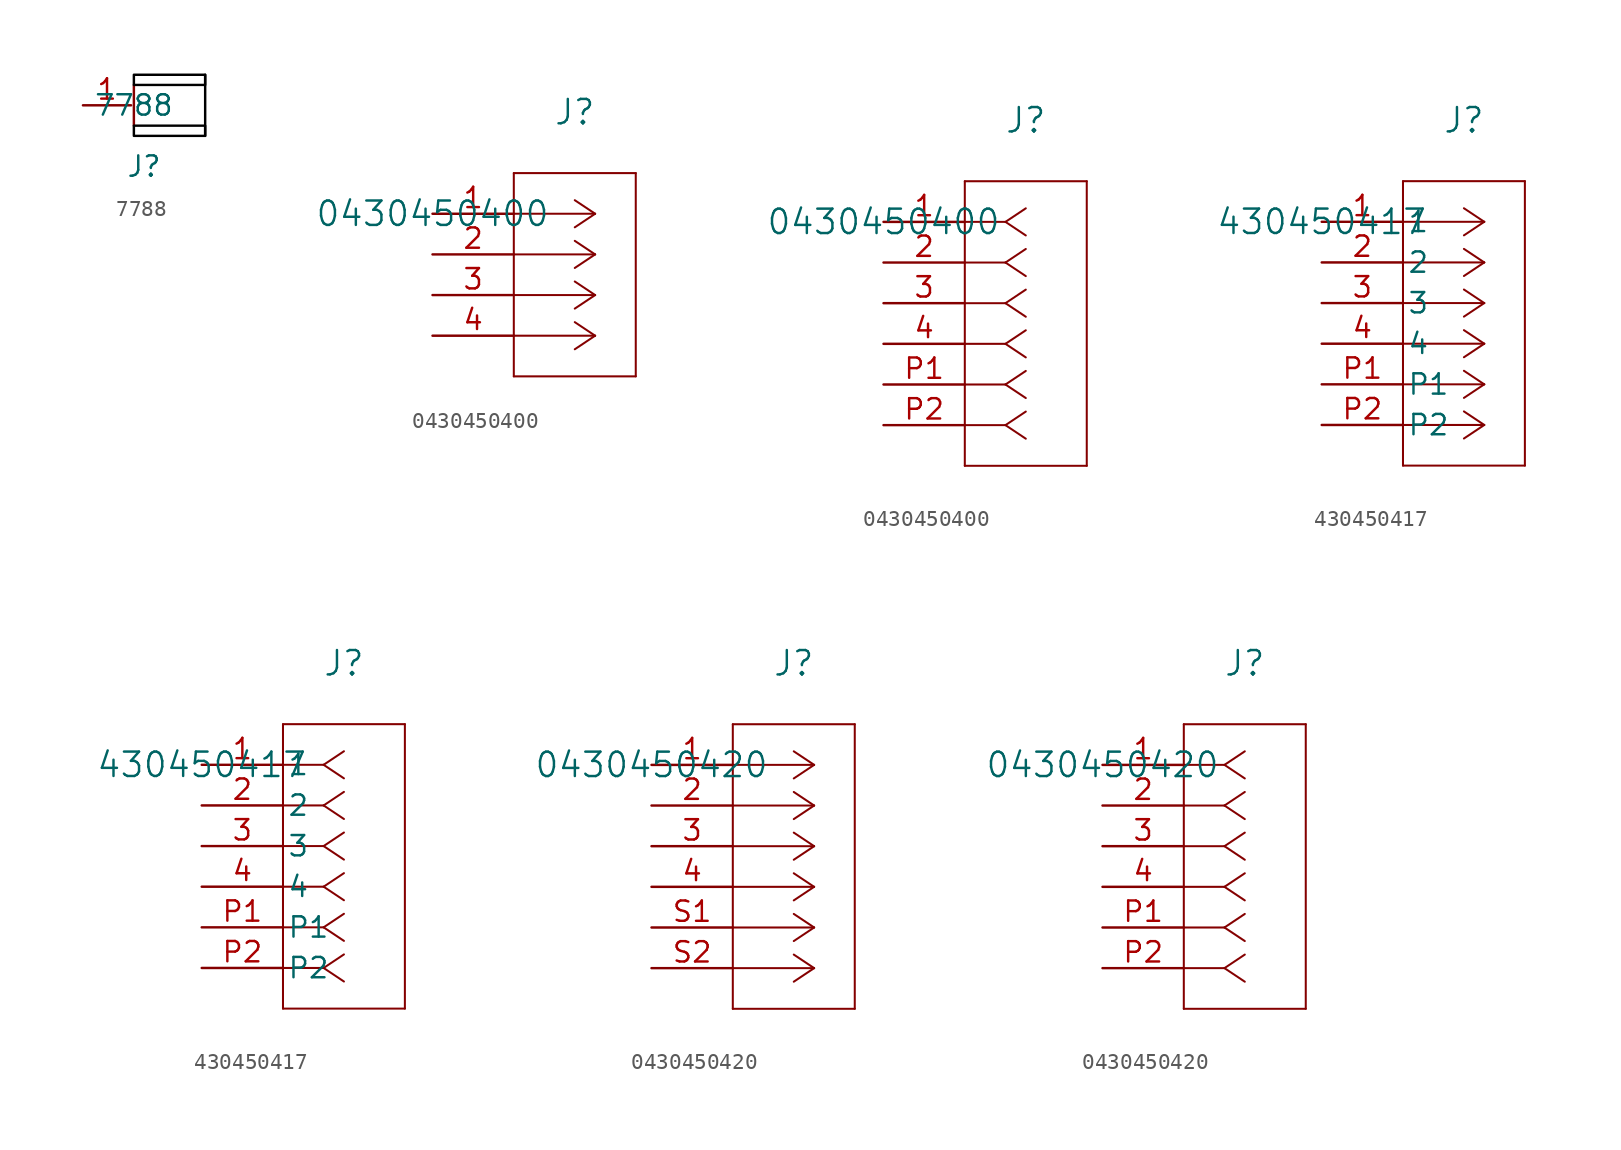
<source format=kicad_sym>
(kicad_symbol_lib
  (version 20220914)
  (generator kicad_symbol_editor)
  (symbol "7788"
    (pin_names hide)
    (property "Reference" "J"
      (at 0.635 -3.81 0)
      (effects (font (size 1.27 1.27))))
    (property "Value" "7788"
      (at 0 0 0)
      (effects (font (size 1.27 1.27))))
    (symbol "7788_0_1"
      (polyline (pts (xy 0 -1.27) (xy 0 1.27)) (stroke (width 0) (type default)) (fill (type none))))
    (symbol "7788_1_1"
      (polyline (pts (xy 4.445 1.905) (xy 4.445 -1.905)) (stroke (width 0) (type default) (color 0 0 0 1)) (fill (type none)))
      (polyline (pts (xy 0 -1.27) (xy 0 -1.905) (xy 4.445 -1.905) (xy 4.445 -1.27) (xy 0 -1.27)) (stroke (width 0) (type default) (color 0 0 0 1)) (fill (type none)))
      (polyline (pts (xy 0 1.905) (xy 0 1.27) (xy 4.445 1.27) (xy 4.445 1.905) (xy 0 1.905)) (stroke (width 0) (type default) (color 0 0 0 1)) (fill (type none)))
      (pin passive line (at -3.175 0 0) (length 3) (name "1-4" (effects (font (size 1.27 1.27)))) (number "1" (effects (font (size 1.27 1.27)))))))
  (symbol "0430450400"
    (pin_names
      (offset 0.254) hide)
    (property "Reference" "J"
      (at 8.89 6.35 0)
      (effects (font (size 1.524 1.524))))
    (property "Value" "0430450400"
      (at 0 0 0)
      (effects (font (size 1.524 1.524))))
    (symbol "0430450400_1_1"
      (polyline (pts (xy 5.08 -10.16) (xy 12.7 -10.16)) (stroke (width 0.127) (type default)) (fill (type none)))
      (polyline (pts (xy 5.08 2.54) (xy 5.08 -10.16)) (stroke (width 0.127) (type default)) (fill (type none)))
      (polyline (pts (xy 10.16 -7.62) (xy 5.08 -7.62)) (stroke (width 0.127) (type default)) (fill (type none)))
      (polyline (pts (xy 10.16 -7.62) (xy 8.89 -8.467)) (stroke (width 0.127) (type default)) (fill (type none)))
      (polyline (pts (xy 10.16 -7.62) (xy 8.89 -6.773)) (stroke (width 0.127) (type default)) (fill (type none)))
      (polyline (pts (xy 10.16 -5.08) (xy 5.08 -5.08)) (stroke (width 0.127) (type default)) (fill (type none)))
      (polyline (pts (xy 10.16 -5.08) (xy 8.89 -5.927)) (stroke (width 0.127) (type default)) (fill (type none)))
      (polyline (pts (xy 10.16 -5.08) (xy 8.89 -4.233)) (stroke (width 0.127) (type default)) (fill (type none)))
      (polyline (pts (xy 10.16 -2.54) (xy 5.08 -2.54)) (stroke (width 0.127) (type default)) (fill (type none)))
      (polyline (pts (xy 10.16 -2.54) (xy 8.89 -3.387)) (stroke (width 0.127) (type default)) (fill (type none)))
      (polyline (pts (xy 10.16 -2.54) (xy 8.89 -1.693)) (stroke (width 0.127) (type default)) (fill (type none)))
      (polyline (pts (xy 10.16 0) (xy 5.08 0)) (stroke (width 0.127) (type default)) (fill (type none)))
      (polyline (pts (xy 10.16 0) (xy 8.89 -0.847)) (stroke (width 0.127) (type default)) (fill (type none)))
      (polyline (pts (xy 10.16 0) (xy 8.89 0.847)) (stroke (width 0.127) (type default)) (fill (type none)))
      (polyline (pts (xy 12.7 -10.16) (xy 12.7 2.54)) (stroke (width 0.127) (type default)) (fill (type none)))
      (polyline (pts (xy 12.7 2.54) (xy 5.08 2.54)) (stroke (width 0.127) (type default)) (fill (type none)))
      (pin unspecified line (at 0 0 0) (length 5.08) (name "1" (effects (font (size 1.27 1.27)))) (number "1" (effects (font (size 1.27 1.27)))))
      (pin unspecified line (at 0 -2.54 0) (length 5.08) (name "2" (effects (font (size 1.27 1.27)))) (number "2" (effects (font (size 1.27 1.27)))))
      (pin unspecified line (at 0 -5.08 0) (length 5.08) (name "3" (effects (font (size 1.27 1.27)))) (number "3" (effects (font (size 1.27 1.27)))))
      (pin unspecified line (at 0 -7.62 0) (length 5.08) (name "4" (effects (font (size 1.27 1.27)))) (number "4" (effects (font (size 1.27 1.27))))))
    (symbol "0430450400_1_2"
      (polyline (pts (xy 5.08 -15.24) (xy 12.7 -15.24)) (stroke (width 0.127) (type default)) (fill (type none)))
      (polyline (pts (xy 5.08 2.54) (xy 5.08 -15.24)) (stroke (width 0.127) (type default)) (fill (type none)))
      (polyline (pts (xy 7.62 -12.7) (xy 5.08 -12.7)) (stroke (width 0.127) (type default)) (fill (type none)))
      (polyline (pts (xy 7.62 -12.7) (xy 8.89 -13.547)) (stroke (width 0.127) (type default)) (fill (type none)))
      (polyline (pts (xy 7.62 -12.7) (xy 8.89 -11.853)) (stroke (width 0.127) (type default)) (fill (type none)))
      (polyline (pts (xy 7.62 -10.16) (xy 5.08 -10.16)) (stroke (width 0.127) (type default)) (fill (type none)))
      (polyline (pts (xy 7.62 -10.16) (xy 8.89 -11.007)) (stroke (width 0.127) (type default)) (fill (type none)))
      (polyline (pts (xy 7.62 -10.16) (xy 8.89 -9.313)) (stroke (width 0.127) (type default)) (fill (type none)))
      (polyline (pts (xy 7.62 -7.62) (xy 5.08 -7.62)) (stroke (width 0.127) (type default)) (fill (type none)))
      (polyline (pts (xy 7.62 -7.62) (xy 8.89 -8.467)) (stroke (width 0.127) (type default)) (fill (type none)))
      (polyline (pts (xy 7.62 -7.62) (xy 8.89 -6.773)) (stroke (width 0.127) (type default)) (fill (type none)))
      (polyline (pts (xy 7.62 -5.08) (xy 5.08 -5.08)) (stroke (width 0.127) (type default)) (fill (type none)))
      (polyline (pts (xy 7.62 -5.08) (xy 8.89 -5.927)) (stroke (width 0.127) (type default)) (fill (type none)))
      (polyline (pts (xy 7.62 -5.08) (xy 8.89 -4.233)) (stroke (width 0.127) (type default)) (fill (type none)))
      (polyline (pts (xy 7.62 -2.54) (xy 5.08 -2.54)) (stroke (width 0.127) (type default)) (fill (type none)))
      (polyline (pts (xy 7.62 -2.54) (xy 8.89 -3.387)) (stroke (width 0.127) (type default)) (fill (type none)))
      (polyline (pts (xy 7.62 -2.54) (xy 8.89 -1.693)) (stroke (width 0.127) (type default)) (fill (type none)))
      (polyline (pts (xy 7.62 0) (xy 5.08 0)) (stroke (width 0.127) (type default)) (fill (type none)))
      (polyline (pts (xy 7.62 0) (xy 8.89 -0.847)) (stroke (width 0.127) (type default)) (fill (type none)))
      (polyline (pts (xy 7.62 0) (xy 8.89 0.847)) (stroke (width 0.127) (type default)) (fill (type none)))
      (polyline (pts (xy 12.7 -15.24) (xy 12.7 2.54)) (stroke (width 0.127) (type default)) (fill (type none)))
      (polyline (pts (xy 12.7 2.54) (xy 5.08 2.54)) (stroke (width 0.127) (type default)) (fill (type none)))
      (pin unspecified line (at 0 0 0) (length 5.08) (name "1" (effects (font (size 1.27 1.27)))) (number "1" (effects (font (size 1.27 1.27)))))
      (pin unspecified line (at 0 -2.54 0) (length 5.08) (name "2" (effects (font (size 1.27 1.27)))) (number "2" (effects (font (size 1.27 1.27)))))
      (pin unspecified line (at 0 -5.08 0) (length 5.08) (name "3" (effects (font (size 1.27 1.27)))) (number "3" (effects (font (size 1.27 1.27)))))
      (pin unspecified line (at 0 -7.62 0) (length 5.08) (name "4" (effects (font (size 1.27 1.27)))) (number "4" (effects (font (size 1.27 1.27)))))
      (pin unspecified line (at 0 -10.16 0) (length 5.08) (name "P1" (effects (font (size 1.27 1.27)))) (number "P1" (effects (font (size 1.27 1.27)))))
      (pin unspecified line (at 0 -12.7 0) (length 5.08) (name "P2" (effects (font (size 1.27 1.27)))) (number "P2" (effects (font (size 1.27 1.27)))))))
  (symbol "430450417"
    (pin_names
      (offset 0.254))
    (property "Reference" "J"
      (at 8.89 6.35 0)
      (effects (font (size 1.524 1.524))))
    (property "Value" "430450417"
      (at 0 0 0)
      (effects (font (size 1.524 1.524))))
    (symbol "430450417_1_1"
      (polyline (pts (xy 5.08 -15.24) (xy 12.7 -15.24)) (stroke (width 0.127) (type default)) (fill (type none)))
      (polyline (pts (xy 5.08 2.54) (xy 5.08 -15.24)) (stroke (width 0.127) (type default)) (fill (type none)))
      (polyline (pts (xy 10.16 -12.7) (xy 5.08 -12.7)) (stroke (width 0.127) (type default)) (fill (type none)))
      (polyline (pts (xy 10.16 -12.7) (xy 8.89 -13.547)) (stroke (width 0.127) (type default)) (fill (type none)))
      (polyline (pts (xy 10.16 -12.7) (xy 8.89 -11.853)) (stroke (width 0.127) (type default)) (fill (type none)))
      (polyline (pts (xy 10.16 -10.16) (xy 5.08 -10.16)) (stroke (width 0.127) (type default)) (fill (type none)))
      (polyline (pts (xy 10.16 -10.16) (xy 8.89 -11.007)) (stroke (width 0.127) (type default)) (fill (type none)))
      (polyline (pts (xy 10.16 -10.16) (xy 8.89 -9.313)) (stroke (width 0.127) (type default)) (fill (type none)))
      (polyline (pts (xy 10.16 -7.62) (xy 5.08 -7.62)) (stroke (width 0.127) (type default)) (fill (type none)))
      (polyline (pts (xy 10.16 -7.62) (xy 8.89 -8.467)) (stroke (width 0.127) (type default)) (fill (type none)))
      (polyline (pts (xy 10.16 -7.62) (xy 8.89 -6.773)) (stroke (width 0.127) (type default)) (fill (type none)))
      (polyline (pts (xy 10.16 -5.08) (xy 5.08 -5.08)) (stroke (width 0.127) (type default)) (fill (type none)))
      (polyline (pts (xy 10.16 -5.08) (xy 8.89 -5.927)) (stroke (width 0.127) (type default)) (fill (type none)))
      (polyline (pts (xy 10.16 -5.08) (xy 8.89 -4.233)) (stroke (width 0.127) (type default)) (fill (type none)))
      (polyline (pts (xy 10.16 -2.54) (xy 5.08 -2.54)) (stroke (width 0.127) (type default)) (fill (type none)))
      (polyline (pts (xy 10.16 -2.54) (xy 8.89 -3.387)) (stroke (width 0.127) (type default)) (fill (type none)))
      (polyline (pts (xy 10.16 -2.54) (xy 8.89 -1.693)) (stroke (width 0.127) (type default)) (fill (type none)))
      (polyline (pts (xy 10.16 0) (xy 5.08 0)) (stroke (width 0.127) (type default)) (fill (type none)))
      (polyline (pts (xy 10.16 0) (xy 8.89 -0.847)) (stroke (width 0.127) (type default)) (fill (type none)))
      (polyline (pts (xy 10.16 0) (xy 8.89 0.847)) (stroke (width 0.127) (type default)) (fill (type none)))
      (polyline (pts (xy 12.7 -15.24) (xy 12.7 2.54)) (stroke (width 0.127) (type default)) (fill (type none)))
      (polyline (pts (xy 12.7 2.54) (xy 5.08 2.54)) (stroke (width 0.127) (type default)) (fill (type none)))
      (pin unspecified line (at 0 0 0) (length 5.08) (name "1" (effects (font (size 1.27 1.27)))) (number "1" (effects (font (size 1.27 1.27)))))
      (pin unspecified line (at 0 -2.54 0) (length 5.08) (name "2" (effects (font (size 1.27 1.27)))) (number "2" (effects (font (size 1.27 1.27)))))
      (pin unspecified line (at 0 -5.08 0) (length 5.08) (name "3" (effects (font (size 1.27 1.27)))) (number "3" (effects (font (size 1.27 1.27)))))
      (pin unspecified line (at 0 -7.62 0) (length 5.08) (name "4" (effects (font (size 1.27 1.27)))) (number "4" (effects (font (size 1.27 1.27)))))
      (pin unspecified line (at 0 -10.16 0) (length 5.08) (name "P1" (effects (font (size 1.27 1.27)))) (number "P1" (effects (font (size 1.27 1.27)))))
      (pin unspecified line (at 0 -12.7 0) (length 5.08) (name "P2" (effects (font (size 1.27 1.27)))) (number "P2" (effects (font (size 1.27 1.27))))))
    (symbol "430450417_1_2"
      (polyline (pts (xy 5.08 -15.24) (xy 12.7 -15.24)) (stroke (width 0.127) (type default)) (fill (type none)))
      (polyline (pts (xy 5.08 2.54) (xy 5.08 -15.24)) (stroke (width 0.127) (type default)) (fill (type none)))
      (polyline (pts (xy 7.62 -12.7) (xy 5.08 -12.7)) (stroke (width 0.127) (type default)) (fill (type none)))
      (polyline (pts (xy 7.62 -12.7) (xy 8.89 -13.547)) (stroke (width 0.127) (type default)) (fill (type none)))
      (polyline (pts (xy 7.62 -12.7) (xy 8.89 -11.853)) (stroke (width 0.127) (type default)) (fill (type none)))
      (polyline (pts (xy 7.62 -10.16) (xy 5.08 -10.16)) (stroke (width 0.127) (type default)) (fill (type none)))
      (polyline (pts (xy 7.62 -10.16) (xy 8.89 -11.007)) (stroke (width 0.127) (type default)) (fill (type none)))
      (polyline (pts (xy 7.62 -10.16) (xy 8.89 -9.313)) (stroke (width 0.127) (type default)) (fill (type none)))
      (polyline (pts (xy 7.62 -7.62) (xy 5.08 -7.62)) (stroke (width 0.127) (type default)) (fill (type none)))
      (polyline (pts (xy 7.62 -7.62) (xy 8.89 -8.467)) (stroke (width 0.127) (type default)) (fill (type none)))
      (polyline (pts (xy 7.62 -7.62) (xy 8.89 -6.773)) (stroke (width 0.127) (type default)) (fill (type none)))
      (polyline (pts (xy 7.62 -5.08) (xy 5.08 -5.08)) (stroke (width 0.127) (type default)) (fill (type none)))
      (polyline (pts (xy 7.62 -5.08) (xy 8.89 -5.927)) (stroke (width 0.127) (type default)) (fill (type none)))
      (polyline (pts (xy 7.62 -5.08) (xy 8.89 -4.233)) (stroke (width 0.127) (type default)) (fill (type none)))
      (polyline (pts (xy 7.62 -2.54) (xy 5.08 -2.54)) (stroke (width 0.127) (type default)) (fill (type none)))
      (polyline (pts (xy 7.62 -2.54) (xy 8.89 -3.387)) (stroke (width 0.127) (type default)) (fill (type none)))
      (polyline (pts (xy 7.62 -2.54) (xy 8.89 -1.693)) (stroke (width 0.127) (type default)) (fill (type none)))
      (polyline (pts (xy 7.62 0) (xy 5.08 0)) (stroke (width 0.127) (type default)) (fill (type none)))
      (polyline (pts (xy 7.62 0) (xy 8.89 -0.847)) (stroke (width 0.127) (type default)) (fill (type none)))
      (polyline (pts (xy 7.62 0) (xy 8.89 0.847)) (stroke (width 0.127) (type default)) (fill (type none)))
      (polyline (pts (xy 12.7 -15.24) (xy 12.7 2.54)) (stroke (width 0.127) (type default)) (fill (type none)))
      (polyline (pts (xy 12.7 2.54) (xy 5.08 2.54)) (stroke (width 0.127) (type default)) (fill (type none)))
      (pin unspecified line (at 0 0 0) (length 5.08) (name "1" (effects (font (size 1.27 1.27)))) (number "1" (effects (font (size 1.27 1.27)))))
      (pin unspecified line (at 0 -2.54 0) (length 5.08) (name "2" (effects (font (size 1.27 1.27)))) (number "2" (effects (font (size 1.27 1.27)))))
      (pin unspecified line (at 0 -5.08 0) (length 5.08) (name "3" (effects (font (size 1.27 1.27)))) (number "3" (effects (font (size 1.27 1.27)))))
      (pin unspecified line (at 0 -7.62 0) (length 5.08) (name "4" (effects (font (size 1.27 1.27)))) (number "4" (effects (font (size 1.27 1.27)))))
      (pin unspecified line (at 0 -10.16 0) (length 5.08) (name "P1" (effects (font (size 1.27 1.27)))) (number "P1" (effects (font (size 1.27 1.27)))))
      (pin unspecified line (at 0 -12.7 0) (length 5.08) (name "P2" (effects (font (size 1.27 1.27)))) (number "P2" (effects (font (size 1.27 1.27)))))))
  (symbol "0430450420"
    (pin_names
      (offset 0.254) hide)
    (property "Reference" "J"
      (at 8.89 6.35 0)
      (effects (font (size 1.524 1.524))))
    (property "Value" "0430450420"
      (at 0 0 0)
      (effects (font (size 1.524 1.524))))
    (symbol "0430450420_1_1"
      (polyline (pts (xy 5.08 -15.24) (xy 12.7 -15.24)) (stroke (width 0.127) (type default)) (fill (type none)))
      (polyline (pts (xy 5.08 2.54) (xy 5.08 -15.24)) (stroke (width 0.127) (type default)) (fill (type none)))
      (polyline (pts (xy 10.16 -12.7) (xy 5.08 -12.7)) (stroke (width 0.127) (type default)) (fill (type none)))
      (polyline (pts (xy 10.16 -12.7) (xy 8.89 -13.547)) (stroke (width 0.127) (type default)) (fill (type none)))
      (polyline (pts (xy 10.16 -12.7) (xy 8.89 -11.853)) (stroke (width 0.127) (type default)) (fill (type none)))
      (polyline (pts (xy 10.16 -10.16) (xy 5.08 -10.16)) (stroke (width 0.127) (type default)) (fill (type none)))
      (polyline (pts (xy 10.16 -10.16) (xy 8.89 -11.007)) (stroke (width 0.127) (type default)) (fill (type none)))
      (polyline (pts (xy 10.16 -10.16) (xy 8.89 -9.313)) (stroke (width 0.127) (type default)) (fill (type none)))
      (polyline (pts (xy 10.16 -7.62) (xy 5.08 -7.62)) (stroke (width 0.127) (type default)) (fill (type none)))
      (polyline (pts (xy 10.16 -7.62) (xy 8.89 -8.467)) (stroke (width 0.127) (type default)) (fill (type none)))
      (polyline (pts (xy 10.16 -7.62) (xy 8.89 -6.773)) (stroke (width 0.127) (type default)) (fill (type none)))
      (polyline (pts (xy 10.16 -5.08) (xy 5.08 -5.08)) (stroke (width 0.127) (type default)) (fill (type none)))
      (polyline (pts (xy 10.16 -5.08) (xy 8.89 -5.927)) (stroke (width 0.127) (type default)) (fill (type none)))
      (polyline (pts (xy 10.16 -5.08) (xy 8.89 -4.233)) (stroke (width 0.127) (type default)) (fill (type none)))
      (polyline (pts (xy 10.16 -2.54) (xy 5.08 -2.54)) (stroke (width 0.127) (type default)) (fill (type none)))
      (polyline (pts (xy 10.16 -2.54) (xy 8.89 -3.387)) (stroke (width 0.127) (type default)) (fill (type none)))
      (polyline (pts (xy 10.16 -2.54) (xy 8.89 -1.693)) (stroke (width 0.127) (type default)) (fill (type none)))
      (polyline (pts (xy 10.16 0) (xy 5.08 0)) (stroke (width 0.127) (type default)) (fill (type none)))
      (polyline (pts (xy 10.16 0) (xy 8.89 -0.847)) (stroke (width 0.127) (type default)) (fill (type none)))
      (polyline (pts (xy 10.16 0) (xy 8.89 0.847)) (stroke (width 0.127) (type default)) (fill (type none)))
      (polyline (pts (xy 12.7 -15.24) (xy 12.7 2.54)) (stroke (width 0.127) (type default)) (fill (type none)))
      (polyline (pts (xy 12.7 2.54) (xy 5.08 2.54)) (stroke (width 0.127) (type default)) (fill (type none)))
      (pin unspecified line (at 0 0 0) (length 5.08) (name "1" (effects (font (size 1.27 1.27)))) (number "1" (effects (font (size 1.27 1.27)))))
      (pin unspecified line (at 0 -2.54 0) (length 5.08) (name "2" (effects (font (size 1.27 1.27)))) (number "2" (effects (font (size 1.27 1.27)))))
      (pin unspecified line (at 0 -5.08 0) (length 5.08) (name "3" (effects (font (size 1.27 1.27)))) (number "3" (effects (font (size 1.27 1.27)))))
      (pin unspecified line (at 0 -7.62 0) (length 5.08) (name "4" (effects (font (size 1.27 1.27)))) (number "4" (effects (font (size 1.27 1.27)))))
      (pin unspecified line (at 0 -10.16 0) (length 5.08) (name "S1" (effects (font (size 1.27 1.27)))) (number "S1" (effects (font (size 1.27 1.27)))))
      (pin unspecified line (at 0 -12.7 0) (length 5.08) (name "S2" (effects (font (size 1.27 1.27)))) (number "S2" (effects (font (size 1.27 1.27))))))
    (symbol "0430450420_1_2"
      (polyline (pts (xy 5.08 -15.24) (xy 12.7 -15.24)) (stroke (width 0.127) (type default)) (fill (type none)))
      (polyline (pts (xy 5.08 2.54) (xy 5.08 -15.24)) (stroke (width 0.127) (type default)) (fill (type none)))
      (polyline (pts (xy 7.62 -12.7) (xy 5.08 -12.7)) (stroke (width 0.127) (type default)) (fill (type none)))
      (polyline (pts (xy 7.62 -12.7) (xy 8.89 -13.547)) (stroke (width 0.127) (type default)) (fill (type none)))
      (polyline (pts (xy 7.62 -12.7) (xy 8.89 -11.853)) (stroke (width 0.127) (type default)) (fill (type none)))
      (polyline (pts (xy 7.62 -10.16) (xy 5.08 -10.16)) (stroke (width 0.127) (type default)) (fill (type none)))
      (polyline (pts (xy 7.62 -10.16) (xy 8.89 -11.007)) (stroke (width 0.127) (type default)) (fill (type none)))
      (polyline (pts (xy 7.62 -10.16) (xy 8.89 -9.313)) (stroke (width 0.127) (type default)) (fill (type none)))
      (polyline (pts (xy 7.62 -7.62) (xy 5.08 -7.62)) (stroke (width 0.127) (type default)) (fill (type none)))
      (polyline (pts (xy 7.62 -7.62) (xy 8.89 -8.467)) (stroke (width 0.127) (type default)) (fill (type none)))
      (polyline (pts (xy 7.62 -7.62) (xy 8.89 -6.773)) (stroke (width 0.127) (type default)) (fill (type none)))
      (polyline (pts (xy 7.62 -5.08) (xy 5.08 -5.08)) (stroke (width 0.127) (type default)) (fill (type none)))
      (polyline (pts (xy 7.62 -5.08) (xy 8.89 -5.927)) (stroke (width 0.127) (type default)) (fill (type none)))
      (polyline (pts (xy 7.62 -5.08) (xy 8.89 -4.233)) (stroke (width 0.127) (type default)) (fill (type none)))
      (polyline (pts (xy 7.62 -2.54) (xy 5.08 -2.54)) (stroke (width 0.127) (type default)) (fill (type none)))
      (polyline (pts (xy 7.62 -2.54) (xy 8.89 -3.387)) (stroke (width 0.127) (type default)) (fill (type none)))
      (polyline (pts (xy 7.62 -2.54) (xy 8.89 -1.693)) (stroke (width 0.127) (type default)) (fill (type none)))
      (polyline (pts (xy 7.62 0) (xy 5.08 0)) (stroke (width 0.127) (type default)) (fill (type none)))
      (polyline (pts (xy 7.62 0) (xy 8.89 -0.847)) (stroke (width 0.127) (type default)) (fill (type none)))
      (polyline (pts (xy 7.62 0) (xy 8.89 0.847)) (stroke (width 0.127) (type default)) (fill (type none)))
      (polyline (pts (xy 12.7 -15.24) (xy 12.7 2.54)) (stroke (width 0.127) (type default)) (fill (type none)))
      (polyline (pts (xy 12.7 2.54) (xy 5.08 2.54)) (stroke (width 0.127) (type default)) (fill (type none)))
      (pin unspecified line (at 0 0 0) (length 5.08) (name "1" (effects (font (size 1.27 1.27)))) (number "1" (effects (font (size 1.27 1.27)))))
      (pin unspecified line (at 0 -2.54 0) (length 5.08) (name "2" (effects (font (size 1.27 1.27)))) (number "2" (effects (font (size 1.27 1.27)))))
      (pin unspecified line (at 0 -5.08 0) (length 5.08) (name "3" (effects (font (size 1.27 1.27)))) (number "3" (effects (font (size 1.27 1.27)))))
      (pin unspecified line (at 0 -7.62 0) (length 5.08) (name "4" (effects (font (size 1.27 1.27)))) (number "4" (effects (font (size 1.27 1.27)))))
      (pin unspecified line (at 0 -10.16 0) (length 5.08) (name "P1" (effects (font (size 1.27 1.27)))) (number "P1" (effects (font (size 1.27 1.27)))))
      (pin unspecified line (at 0 -12.7 0) (length 5.08) (name "P2" (effects (font (size 1.27 1.27)))) (number "P2" (effects (font (size 1.27 1.27))))))))
</source>
